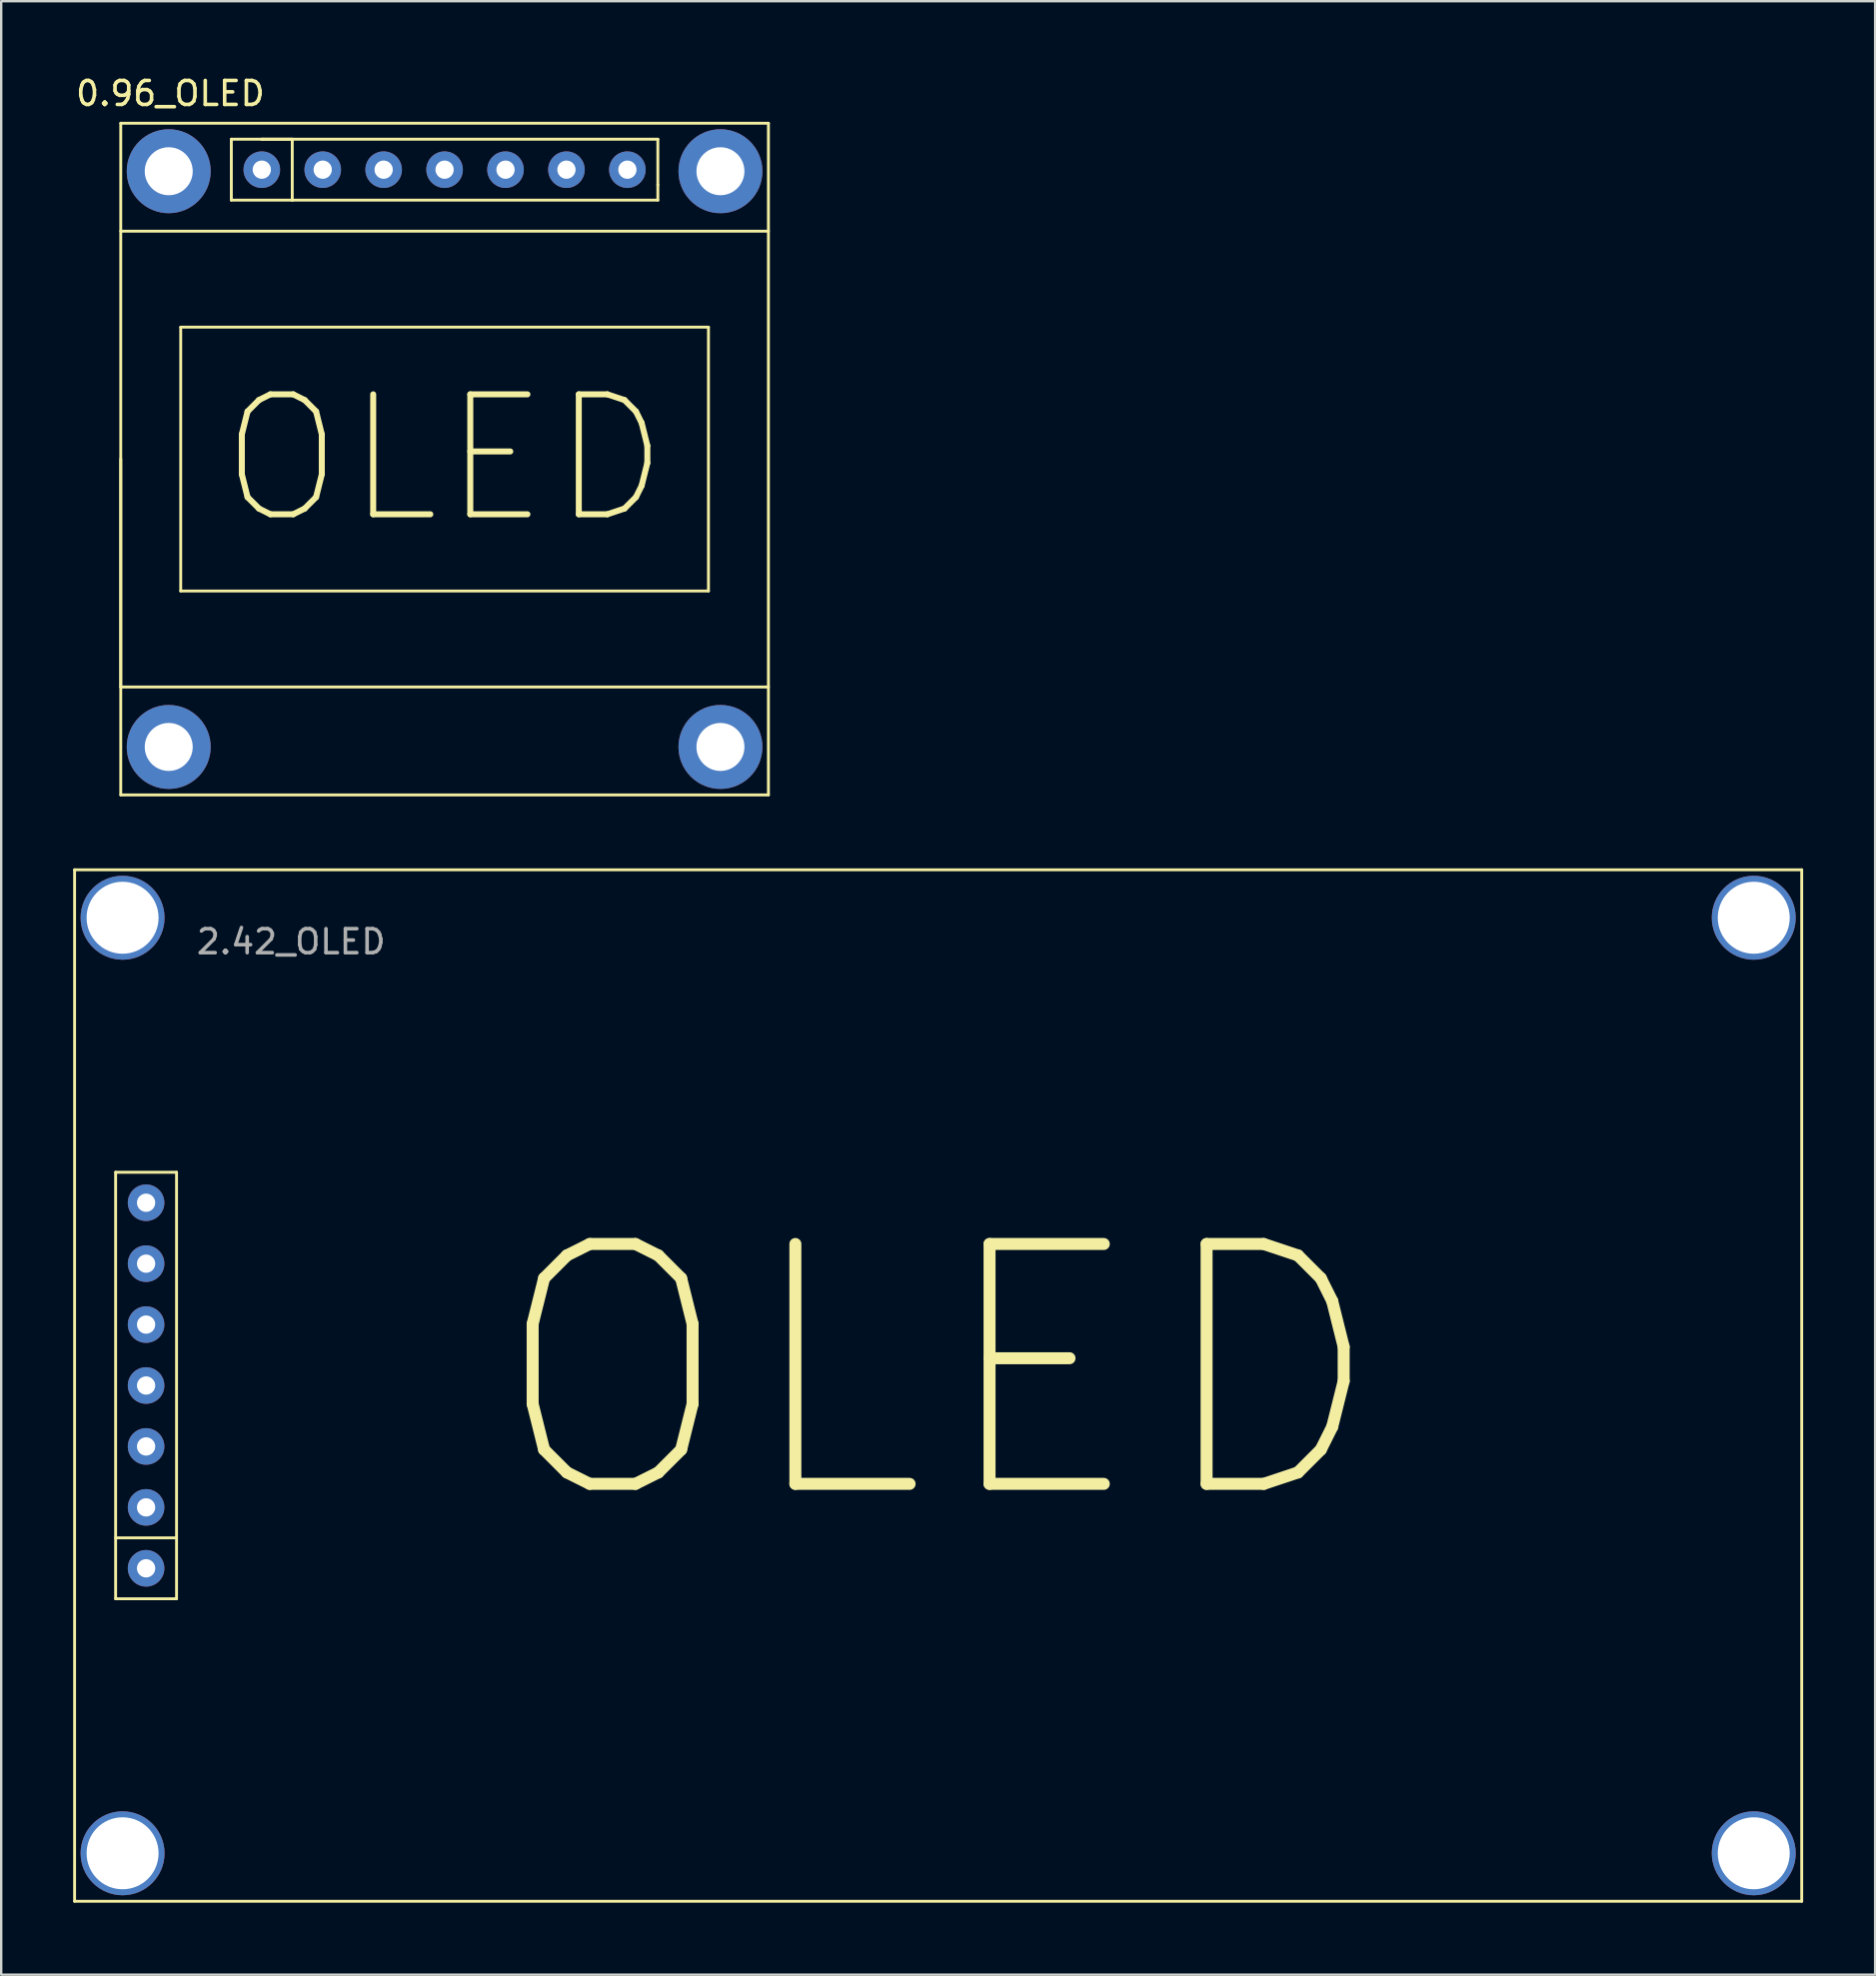
<source format=kicad_pcb>
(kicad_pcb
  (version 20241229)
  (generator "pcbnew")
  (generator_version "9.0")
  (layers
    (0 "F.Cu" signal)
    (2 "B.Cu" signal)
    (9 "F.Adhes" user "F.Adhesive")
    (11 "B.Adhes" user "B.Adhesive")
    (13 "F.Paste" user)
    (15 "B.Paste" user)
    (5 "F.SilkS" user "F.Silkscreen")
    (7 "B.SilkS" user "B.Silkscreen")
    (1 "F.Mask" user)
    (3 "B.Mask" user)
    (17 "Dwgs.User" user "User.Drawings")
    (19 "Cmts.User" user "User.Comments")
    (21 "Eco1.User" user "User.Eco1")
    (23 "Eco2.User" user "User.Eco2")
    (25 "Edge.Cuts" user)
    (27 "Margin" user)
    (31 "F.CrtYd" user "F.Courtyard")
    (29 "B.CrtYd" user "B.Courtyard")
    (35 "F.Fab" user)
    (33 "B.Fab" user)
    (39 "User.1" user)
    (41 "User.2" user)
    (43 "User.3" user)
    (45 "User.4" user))
  (footprint "0.96_OLED"
    (layer "F.Cu")
    (at 15.484 16.088)
    (property "Reference" "0.96_OLED" (at -11.43 -15.24 0) (layer "F.SilkS") (effects (font (size 1 1) (thickness 0.15))))
    (attr through_hole)
    (fp_line (start -13.5 -14) (end -13.5 14) (stroke (width 0.12) (type solid)) (layer "F.SilkS"))
    (fp_line (start -13.5 -9.5) (end 13.5 -9.5) (stroke (width 0.12) (type solid)) (layer "F.SilkS"))
    (fp_line (start -13.5 9.5) (end -13.5 0) (stroke (width 0.12) (type solid)) (layer "F.SilkS"))
    (fp_line (start -13.5 14) (end 13.5 14) (stroke (width 0.12) (type solid)) (layer "F.SilkS"))
    (fp_line (start -11 -5.5) (end 11 -5.5) (stroke (width 0.12) (type solid)) (layer "F.SilkS"))
    (fp_line (start -11 5.5) (end -11 -5.5) (stroke (width 0.12) (type solid)) (layer "F.SilkS"))
    (fp_line (start -8.89 -13.335) (end -8.89 -10.795) (stroke (width 0.12) (type solid)) (layer "F.SilkS"))
    (fp_line (start -8.89 -10.795) (end -6.35 -10.795) (stroke (width 0.12) (type solid)) (layer "F.SilkS"))
    (fp_line (start -7.62 -13.335) (end -8.89 -13.335) (stroke (width 0.12) (type solid)) (layer "F.SilkS"))
    (fp_line (start -7.62 -13.335) (end 8.89 -13.335) (stroke (width 0.12) (type solid)) (layer "F.SilkS"))
    (fp_line (start -6.35 -13.335) (end -7.62 -13.335) (stroke (width 0.12) (type solid)) (layer "F.SilkS"))
    (fp_line (start -6.35 -10.795) (end -6.35 -13.335) (stroke (width 0.12) (type solid)) (layer "F.SilkS"))
    (fp_line (start 8.89 -13.335) (end 8.89 -11.43) (stroke (width 0.12) (type solid)) (layer "F.SilkS"))
    (fp_line (start 8.89 -11.43) (end 8.89 -10.795) (stroke (width 0.12) (type solid)) (layer "F.SilkS"))
    (fp_line (start 8.89 -10.795) (end -6.35 -10.795) (stroke (width 0.12) (type solid)) (layer "F.SilkS"))
    (fp_line (start 11 -5.5) (end 11 5.5) (stroke (width 0.12) (type solid)) (layer "F.SilkS"))
    (fp_line (start 11 5.5) (end -11 5.5) (stroke (width 0.12) (type solid)) (layer "F.SilkS"))
    (fp_line (start 13.5 -14) (end -13.5 -14) (stroke (width 0.12) (type solid)) (layer "F.SilkS"))
    (fp_line (start 13.5 9.5) (end -13.5 9.5) (stroke (width 0.12) (type solid)) (layer "F.SilkS"))
    (fp_line (start 13.5 14) (end 13.5 -14) (stroke (width 0.12) (type solid)) (layer "F.SilkS"))
    (fp_text user "OLED" (at 0 0 0) (layer "F.SilkS") (effects (font (size 5 5) (thickness 0.25))))
    (pad "" np_thru_hole circle (at -11.5 -12) (size 3.5 3.5) (drill 2) (layers "*.Cu" "*.Mask"))
    (pad "" np_thru_hole circle (at -11.5 12) (size 3.5 3.5) (drill 2) (layers "*.Cu" "*.Mask"))
    (pad "" np_thru_hole circle (at 11.5 -12) (size 3.5 3.5) (drill 2) (layers "*.Cu" "*.Mask"))
    (pad "" np_thru_hole circle (at 11.5 12) (size 3.5 3.5) (drill 2) (layers "*.Cu" "*.Mask"))
    (pad "1" thru_hole circle (at -7.62 -12.065) (size 1.524 1.524) (drill 0.762) (layers "*.Cu" "*.Mask"))
    (pad "2" thru_hole circle (at -5.08 -12.065) (size 1.524 1.524) (drill 0.762) (layers "*.Cu" "*.Mask"))
    (pad "3" thru_hole circle (at -2.54 -12.065) (size 1.524 1.524) (drill 0.762) (layers "*.Cu" "*.Mask"))
    (pad "4" thru_hole circle (at 0 -12.065) (size 1.524 1.524) (drill 0.762) (layers "*.Cu" "*.Mask"))
    (pad "5" thru_hole circle (at 2.54 -12.065) (size 1.524 1.524) (drill 0.762) (layers "*.Cu" "*.Mask"))
    (pad "6" thru_hole circle (at 5.08 -12.065) (size 1.524 1.524) (drill 0.762) (layers "*.Cu" "*.Mask"))
    (pad "7" thru_hole circle (at 7.62 -12.065) (size 1.524 1.524) (drill 0.762) (layers "*.Cu" "*.Mask")))
  (footprint "2.42_OLED"
    (layer "F.Cu")
    (at 36.06 54.708)
    (property "Reference" "2.42_OLED" (at -31 -18.5 0) (layer "F.Fab") (effects (font (size 1 1) (thickness 0.15)) (justify left)))
    (attr through_hole)
    (fp_line (start -36 -21.5) (end -36 21.5) (stroke (width 0.12) (type solid)) (layer "F.SilkS"))
    (fp_line (start -36 -21.5) (end 36 -21.5) (stroke (width 0.12) (type solid)) (layer "F.SilkS"))
    (fp_line (start -36 21.5) (end 36 21.5) (stroke (width 0.12) (type solid)) (layer "F.SilkS"))
    (fp_line (start -34.29 -8.89) (end -31.75 -8.89) (stroke (width 0.12) (type solid)) (layer "F.SilkS"))
    (fp_line (start -34.29 6.35) (end -31.75 6.35) (stroke (width 0.12) (type solid)) (layer "F.SilkS"))
    (fp_line (start -34.29 8.89) (end -34.29 -8.89) (stroke (width 0.12) (type solid)) (layer "F.SilkS"))
    (fp_line (start -31.75 -8.89) (end -31.75 8.89) (stroke (width 0.12) (type solid)) (layer "F.SilkS"))
    (fp_line (start -31.75 8.89) (end -34.29 8.89) (stroke (width 0.12) (type solid)) (layer "F.SilkS"))
    (fp_line (start 36 -21.5) (end 36 21.5) (stroke (width 0.12) (type solid)) (layer "F.SilkS"))
    (fp_text user "OLED" (at 0 -0.5 0) (layer "F.SilkS") (effects (font (size 10 10) (thickness 0.5))))
    (pad "" np_thru_hole circle (at -34 -19.5) (size 3.5 3.5) (drill 3) (layers "*.Cu" "*.Mask"))
    (pad "" np_thru_hole circle (at -34 19.5) (size 3.5 3.5) (drill 3) (layers "*.Cu" "*.Mask"))
    (pad "" np_thru_hole circle (at 34 -19.5) (size 3.5 3.5) (drill 3) (layers "*.Cu" "*.Mask"))
    (pad "" np_thru_hole circle (at 34 19.5) (size 3.5 3.5) (drill 3) (layers "*.Cu" "*.Mask"))
    (pad "1" thru_hole circle (at -33.02 7.62) (size 1.524 1.524) (drill 0.762) (layers "*.Cu" "*.Mask"))
    (pad "2" thru_hole circle (at -33.02 5.08) (size 1.524 1.524) (drill 0.762) (layers "*.Cu" "*.Mask"))
    (pad "3" thru_hole circle (at -33.02 2.54) (size 1.524 1.524) (drill 0.762) (layers "*.Cu" "*.Mask"))
    (pad "4" thru_hole circle (at -33.02 0) (size 1.524 1.524) (drill 0.762) (layers "*.Cu" "*.Mask"))
    (pad "5" thru_hole circle (at -33.02 -2.54) (size 1.524 1.524) (drill 0.762) (layers "*.Cu" "*.Mask"))
    (pad "6" thru_hole circle (at -33.02 -5.08) (size 1.524 1.524) (drill 0.762) (layers "*.Cu" "*.Mask"))
    (pad "7" thru_hole circle (at -33.02 -7.62) (size 1.524 1.524) (drill 0.762) (layers "*.Cu" "*.Mask")))
  (gr_rect
    (start -3 -3)
    (end 75.12 79.268)
    (stroke (width 0.1) (type default))
    (fill no)
    (layer "Edge.Cuts")))
</source>
